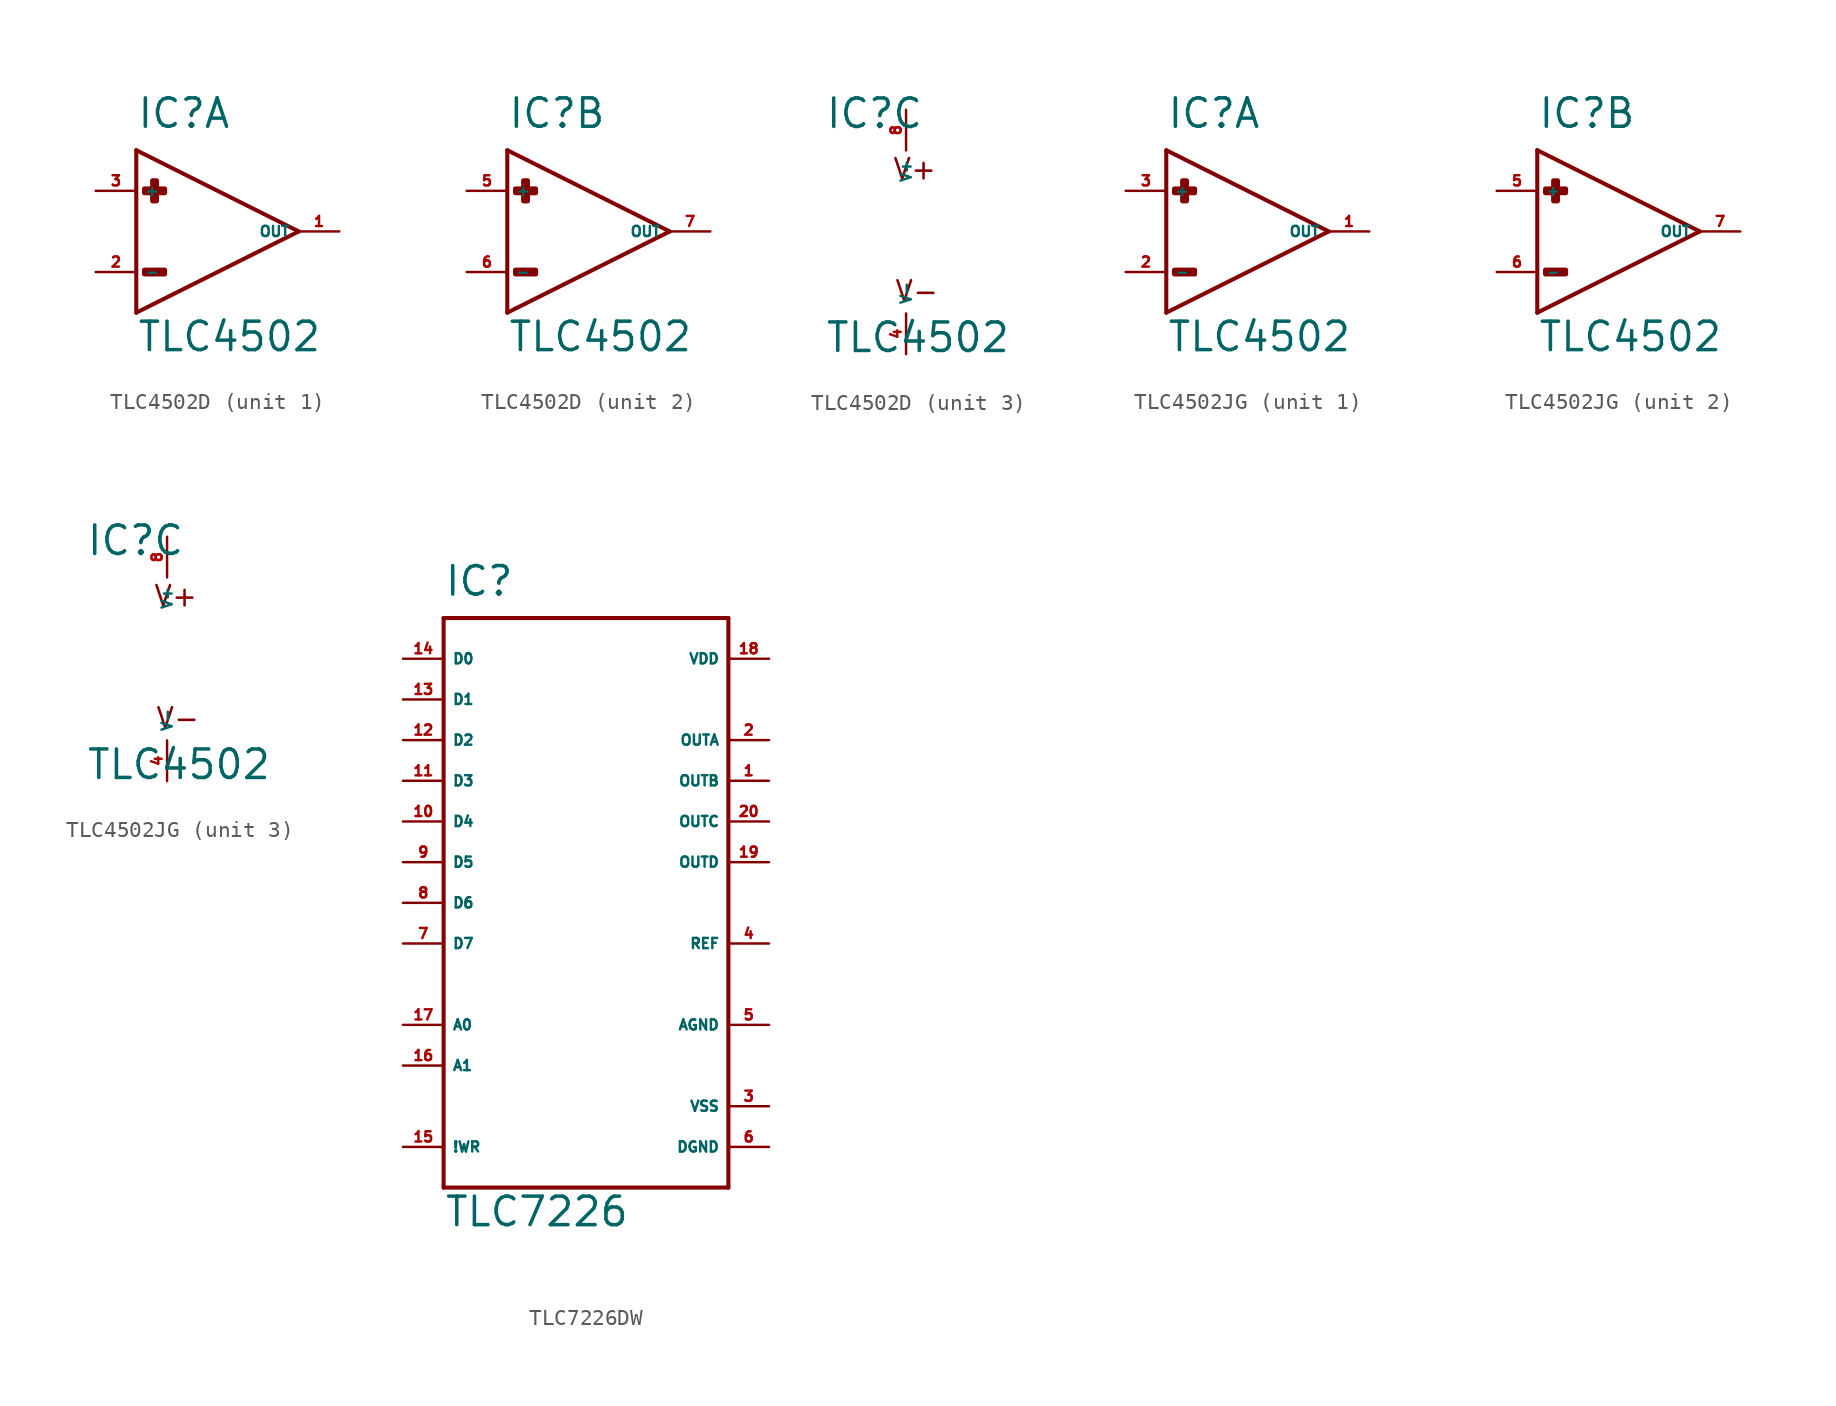
<source format=kicad_sym>
(kicad_symbol_lib
  (version 20220914)
  (generator Eagle2Kicad)
  (symbol "TLC4502D"
    (property "Reference" "IC"
      (at -5.08 6.35 0)
      (effects (font (size 1.778 1.778) (thickness 0.22)) (justify left bottom)))
    (property "Value" "TLC4502"
      (at -5.08 -7.62 0)
      (effects (font (size 1.778 1.778) (thickness 0.22)) (justify left bottom)))
    (symbol "TLC4502D_1_0"
      (polyline (pts (xy -5.08 5.08) (xy -5.08 -5.08)) (stroke (width 0.254) (type default)) (fill (type none)))
      (polyline (pts (xy -5.08 -5.08) (xy 5.08 0)) (stroke (width 0.254) (type default)) (fill (type none)))
      (polyline (pts (xy 5.08 0) (xy -5.08 5.08)) (stroke (width 0.254) (type default)) (fill (type none)))
      (rectangle (start -4.572 2.413) (end -3.302 2.667) (stroke (width 0.3) (type default)) (fill (type outline)))
      (rectangle (start -4.064 3.175) (end -3.81 1.905) (stroke (width 0.3) (type default)) (fill (type outline)))
      (rectangle (start -4.572 -2.667) (end -3.302 -2.413) (stroke (width 0.3) (type default)) (fill (type outline)))
      (pin input line (at -7.62 2.54 0) (length 2.54) (name "+" (effects (font (size 0.635 0.635) (thickness 0.08)) (justify left bottom))) (number "3" (effects (font (size 0.635 0.635) (thickness 0.08)) (justify left bottom))))
      (pin input line (at -7.62 -2.54 0) (length 2.54) (name "-" (effects (font (size 0.635 0.635) (thickness 0.08)) (justify left bottom))) (number "2" (effects (font (size 0.635 0.635) (thickness 0.08)) (justify left bottom))))
      (pin output line (at 7.62 0 180) (length 2.54) (name "OUT" (effects (font (size 0.635 0.635) (thickness 0.08)) (justify left bottom))) (number "1" (effects (font (size 0.635 0.635) (thickness 0.08)) (justify left bottom)))))
    (symbol "TLC4502D_2_0"
      (polyline (pts (xy -5.08 5.08) (xy -5.08 -5.08)) (stroke (width 0.254) (type default)) (fill (type none)))
      (polyline (pts (xy -5.08 -5.08) (xy 5.08 0)) (stroke (width 0.254) (type default)) (fill (type none)))
      (polyline (pts (xy 5.08 0) (xy -5.08 5.08)) (stroke (width 0.254) (type default)) (fill (type none)))
      (rectangle (start -4.572 2.413) (end -3.302 2.667) (stroke (width 0.3) (type default)) (fill (type outline)))
      (rectangle (start -4.064 3.175) (end -3.81 1.905) (stroke (width 0.3) (type default)) (fill (type outline)))
      (rectangle (start -4.572 -2.667) (end -3.302 -2.413) (stroke (width 0.3) (type default)) (fill (type outline)))
      (pin input line (at -7.62 2.54 0) (length 2.54) (name "+" (effects (font (size 0.635 0.635) (thickness 0.08)) (justify left bottom))) (number "5" (effects (font (size 0.635 0.635) (thickness 0.08)) (justify left bottom))))
      (pin input line (at -7.62 -2.54 0) (length 2.54) (name "-" (effects (font (size 0.635 0.635) (thickness 0.08)) (justify left bottom))) (number "6" (effects (font (size 0.635 0.635) (thickness 0.08)) (justify left bottom))))
      (pin output line (at 7.62 0 180) (length 2.54) (name "OUT" (effects (font (size 0.635 0.635) (thickness 0.08)) (justify left bottom))) (number "7" (effects (font (size 0.635 0.635) (thickness 0.08)) (justify left bottom)))))
    (symbol "TLC4502D_3_0"
      (text "V+" (at -0.889 3.175 0) (effects (font (size 1.27 1.27) (thickness 0.16)) (justify left bottom)))
      (text "V-" (at -0.762 -4.445 0) (effects (font (size 1.27 1.27) (thickness 0.16)) (justify left bottom)))
      (pin unspecified line (at 0 7.62 270) (length 2.54) (name "V+" (effects (font (size 0.635 0.635) (thickness 0.08)) (justify left bottom))) (number "8" (effects (font (size 0.635 0.635) (thickness 0.08)) (justify left bottom))))
      (pin unspecified line (at 0 -7.62 90) (length 2.54) (name "V-" (effects (font (size 0.635 0.635) (thickness 0.08)) (justify left bottom))) (number "4" (effects (font (size 0.635 0.635) (thickness 0.08)) (justify left bottom))))))
  (symbol "TLC4502JG"
    (property "Reference" "IC"
      (at -5.08 6.35 0)
      (effects (font (size 1.778 1.778) (thickness 0.22)) (justify left bottom)))
    (property "Value" "TLC4502"
      (at -5.08 -7.62 0)
      (effects (font (size 1.778 1.778) (thickness 0.22)) (justify left bottom)))
    (symbol "TLC4502JG_1_0"
      (polyline (pts (xy -5.08 5.08) (xy -5.08 -5.08)) (stroke (width 0.254) (type default)) (fill (type none)))
      (polyline (pts (xy -5.08 -5.08) (xy 5.08 0)) (stroke (width 0.254) (type default)) (fill (type none)))
      (polyline (pts (xy 5.08 0) (xy -5.08 5.08)) (stroke (width 0.254) (type default)) (fill (type none)))
      (rectangle (start -4.572 2.413) (end -3.302 2.667) (stroke (width 0.3) (type default)) (fill (type outline)))
      (rectangle (start -4.064 3.175) (end -3.81 1.905) (stroke (width 0.3) (type default)) (fill (type outline)))
      (rectangle (start -4.572 -2.667) (end -3.302 -2.413) (stroke (width 0.3) (type default)) (fill (type outline)))
      (pin input line (at -7.62 2.54 0) (length 2.54) (name "+" (effects (font (size 0.635 0.635) (thickness 0.08)) (justify left bottom))) (number "3" (effects (font (size 0.635 0.635) (thickness 0.08)) (justify left bottom))))
      (pin input line (at -7.62 -2.54 0) (length 2.54) (name "-" (effects (font (size 0.635 0.635) (thickness 0.08)) (justify left bottom))) (number "2" (effects (font (size 0.635 0.635) (thickness 0.08)) (justify left bottom))))
      (pin output line (at 7.62 0 180) (length 2.54) (name "OUT" (effects (font (size 0.635 0.635) (thickness 0.08)) (justify left bottom))) (number "1" (effects (font (size 0.635 0.635) (thickness 0.08)) (justify left bottom)))))
    (symbol "TLC4502JG_2_0"
      (polyline (pts (xy -5.08 5.08) (xy -5.08 -5.08)) (stroke (width 0.254) (type default)) (fill (type none)))
      (polyline (pts (xy -5.08 -5.08) (xy 5.08 0)) (stroke (width 0.254) (type default)) (fill (type none)))
      (polyline (pts (xy 5.08 0) (xy -5.08 5.08)) (stroke (width 0.254) (type default)) (fill (type none)))
      (rectangle (start -4.572 2.413) (end -3.302 2.667) (stroke (width 0.3) (type default)) (fill (type outline)))
      (rectangle (start -4.064 3.175) (end -3.81 1.905) (stroke (width 0.3) (type default)) (fill (type outline)))
      (rectangle (start -4.572 -2.667) (end -3.302 -2.413) (stroke (width 0.3) (type default)) (fill (type outline)))
      (pin input line (at -7.62 2.54 0) (length 2.54) (name "+" (effects (font (size 0.635 0.635) (thickness 0.08)) (justify left bottom))) (number "5" (effects (font (size 0.635 0.635) (thickness 0.08)) (justify left bottom))))
      (pin input line (at -7.62 -2.54 0) (length 2.54) (name "-" (effects (font (size 0.635 0.635) (thickness 0.08)) (justify left bottom))) (number "6" (effects (font (size 0.635 0.635) (thickness 0.08)) (justify left bottom))))
      (pin output line (at 7.62 0 180) (length 2.54) (name "OUT" (effects (font (size 0.635 0.635) (thickness 0.08)) (justify left bottom))) (number "7" (effects (font (size 0.635 0.635) (thickness 0.08)) (justify left bottom)))))
    (symbol "TLC4502JG_3_0"
      (text "V+" (at -0.889 3.175 0) (effects (font (size 1.27 1.27) (thickness 0.16)) (justify left bottom)))
      (text "V-" (at -0.762 -4.445 0) (effects (font (size 1.27 1.27) (thickness 0.16)) (justify left bottom)))
      (pin unspecified line (at 0 7.62 270) (length 2.54) (name "V+" (effects (font (size 0.635 0.635) (thickness 0.08)) (justify left bottom))) (number "8" (effects (font (size 0.635 0.635) (thickness 0.08)) (justify left bottom))))
      (pin unspecified line (at 0 -7.62 90) (length 2.54) (name "V-" (effects (font (size 0.635 0.635) (thickness 0.08)) (justify left bottom))) (number "4" (effects (font (size 0.635 0.635) (thickness 0.08)) (justify left bottom))))))
  (symbol "TLC7226DW"
    (property "Reference" "IC"
      (at -7.62 19.05 0)
      (effects (font (size 1.778 1.778) (thickness 0.22)) (justify left bottom)))
    (property "Value" "TLC7226"
      (at -7.62 -20.32 0)
      (effects (font (size 1.778 1.778) (thickness 0.22)) (justify left bottom)))
    (polyline
      (pts (xy -7.62 17.78) (xy 10.16 17.78))
      (stroke (width 0.254) (type default))
      (fill (type none)))
    (polyline
      (pts (xy 10.16 17.78) (xy 10.16 -17.78))
      (stroke (width 0.254) (type default))
      (fill (type none)))
    (polyline
      (pts (xy 10.16 -17.78) (xy -7.62 -17.78))
      (stroke (width 0.254) (type default))
      (fill (type none)))
    (polyline
      (pts (xy -7.62 -17.78) (xy -7.62 17.78))
      (stroke (width 0.254) (type default))
      (fill (type none)))
    (pin output line
      (at 12.7 10.16 180)
      (length 2.54)
      (name "OUTA" (effects (font (size 0.635 0.635) (thickness 0.08)) (justify left bottom)))
      (number "2" (effects (font (size 0.635 0.635) (thickness 0.08)) (justify left bottom))))
    (pin output line
      (at 12.7 7.62 180)
      (length 2.54)
      (name "OUTB" (effects (font (size 0.635 0.635) (thickness 0.08)) (justify left bottom)))
      (number "1" (effects (font (size 0.635 0.635) (thickness 0.08)) (justify left bottom))))
    (pin output line
      (at 12.7 5.08 180)
      (length 2.54)
      (name "OUTC" (effects (font (size 0.635 0.635) (thickness 0.08)) (justify left bottom)))
      (number "20" (effects (font (size 0.635 0.635) (thickness 0.08)) (justify left bottom))))
    (pin output line
      (at 12.7 2.54 180)
      (length 2.54)
      (name "OUTD" (effects (font (size 0.635 0.635) (thickness 0.08)) (justify left bottom)))
      (number "19" (effects (font (size 0.635 0.635) (thickness 0.08)) (justify left bottom))))
    (pin input line
      (at -10.16 -7.62 0)
      (length 2.54)
      (name "A0" (effects (font (size 0.635 0.635) (thickness 0.08)) (justify left bottom)))
      (number "17" (effects (font (size 0.635 0.635) (thickness 0.08)) (justify left bottom))))
    (pin input line
      (at -10.16 -10.16 0)
      (length 2.54)
      (name "A1" (effects (font (size 0.635 0.635) (thickness 0.08)) (justify left bottom)))
      (number "16" (effects (font (size 0.635 0.635) (thickness 0.08)) (justify left bottom))))
    (pin input line
      (at -10.16 15.24 0)
      (length 2.54)
      (name "D0" (effects (font (size 0.635 0.635) (thickness 0.08)) (justify left bottom)))
      (number "14" (effects (font (size 0.635 0.635) (thickness 0.08)) (justify left bottom))))
    (pin input line
      (at -10.16 12.7 0)
      (length 2.54)
      (name "D1" (effects (font (size 0.635 0.635) (thickness 0.08)) (justify left bottom)))
      (number "13" (effects (font (size 0.635 0.635) (thickness 0.08)) (justify left bottom))))
    (pin input line
      (at -10.16 10.16 0)
      (length 2.54)
      (name "D2" (effects (font (size 0.635 0.635) (thickness 0.08)) (justify left bottom)))
      (number "12" (effects (font (size 0.635 0.635) (thickness 0.08)) (justify left bottom))))
    (pin input line
      (at -10.16 7.62 0)
      (length 2.54)
      (name "D3" (effects (font (size 0.635 0.635) (thickness 0.08)) (justify left bottom)))
      (number "11" (effects (font (size 0.635 0.635) (thickness 0.08)) (justify left bottom))))
    (pin input line
      (at -10.16 5.08 0)
      (length 2.54)
      (name "D4" (effects (font (size 0.635 0.635) (thickness 0.08)) (justify left bottom)))
      (number "10" (effects (font (size 0.635 0.635) (thickness 0.08)) (justify left bottom))))
    (pin input line
      (at -10.16 2.54 0)
      (length 2.54)
      (name "D5" (effects (font (size 0.635 0.635) (thickness 0.08)) (justify left bottom)))
      (number "9" (effects (font (size 0.635 0.635) (thickness 0.08)) (justify left bottom))))
    (pin input line
      (at -10.16 0 0)
      (length 2.54)
      (name "D6" (effects (font (size 0.635 0.635) (thickness 0.08)) (justify left bottom)))
      (number "8" (effects (font (size 0.635 0.635) (thickness 0.08)) (justify left bottom))))
    (pin input line
      (at -10.16 -2.54 0)
      (length 2.54)
      (name "D7" (effects (font (size 0.635 0.635) (thickness 0.08)) (justify left bottom)))
      (number "7" (effects (font (size 0.635 0.635) (thickness 0.08)) (justify left bottom))))
    (pin input line
      (at -10.16 -15.24 0)
      (length 2.54)
      (name "!WR" (effects (font (size 0.635 0.635) (thickness 0.08)) (justify left bottom)))
      (number "15" (effects (font (size 0.635 0.635) (thickness 0.08)) (justify left bottom))))
    (pin unspecified line
      (at 12.7 -7.62 180)
      (length 2.54)
      (name "AGND" (effects (font (size 0.635 0.635) (thickness 0.08)) (justify left bottom)))
      (number "5" (effects (font (size 0.635 0.635) (thickness 0.08)) (justify left bottom))))
    (pin unspecified line
      (at 12.7 -15.24 180)
      (length 2.54)
      (name "DGND" (effects (font (size 0.635 0.635) (thickness 0.08)) (justify left bottom)))
      (number "6" (effects (font (size 0.635 0.635) (thickness 0.08)) (justify left bottom))))
    (pin unspecified line
      (at 12.7 -12.7 180)
      (length 2.54)
      (name "VSS" (effects (font (size 0.635 0.635) (thickness 0.08)) (justify left bottom)))
      (number "3" (effects (font (size 0.635 0.635) (thickness 0.08)) (justify left bottom))))
    (pin input line
      (at 12.7 -2.54 180)
      (length 2.54)
      (name "REF" (effects (font (size 0.635 0.635) (thickness 0.08)) (justify left bottom)))
      (number "4" (effects (font (size 0.635 0.635) (thickness 0.08)) (justify left bottom))))
    (pin unspecified line
      (at 12.7 15.24 180)
      (length 2.54)
      (name "VDD" (effects (font (size 0.635 0.635) (thickness 0.08)) (justify left bottom)))
      (number "18" (effects (font (size 0.635 0.635) (thickness 0.08)) (justify left bottom))))))
</source>
